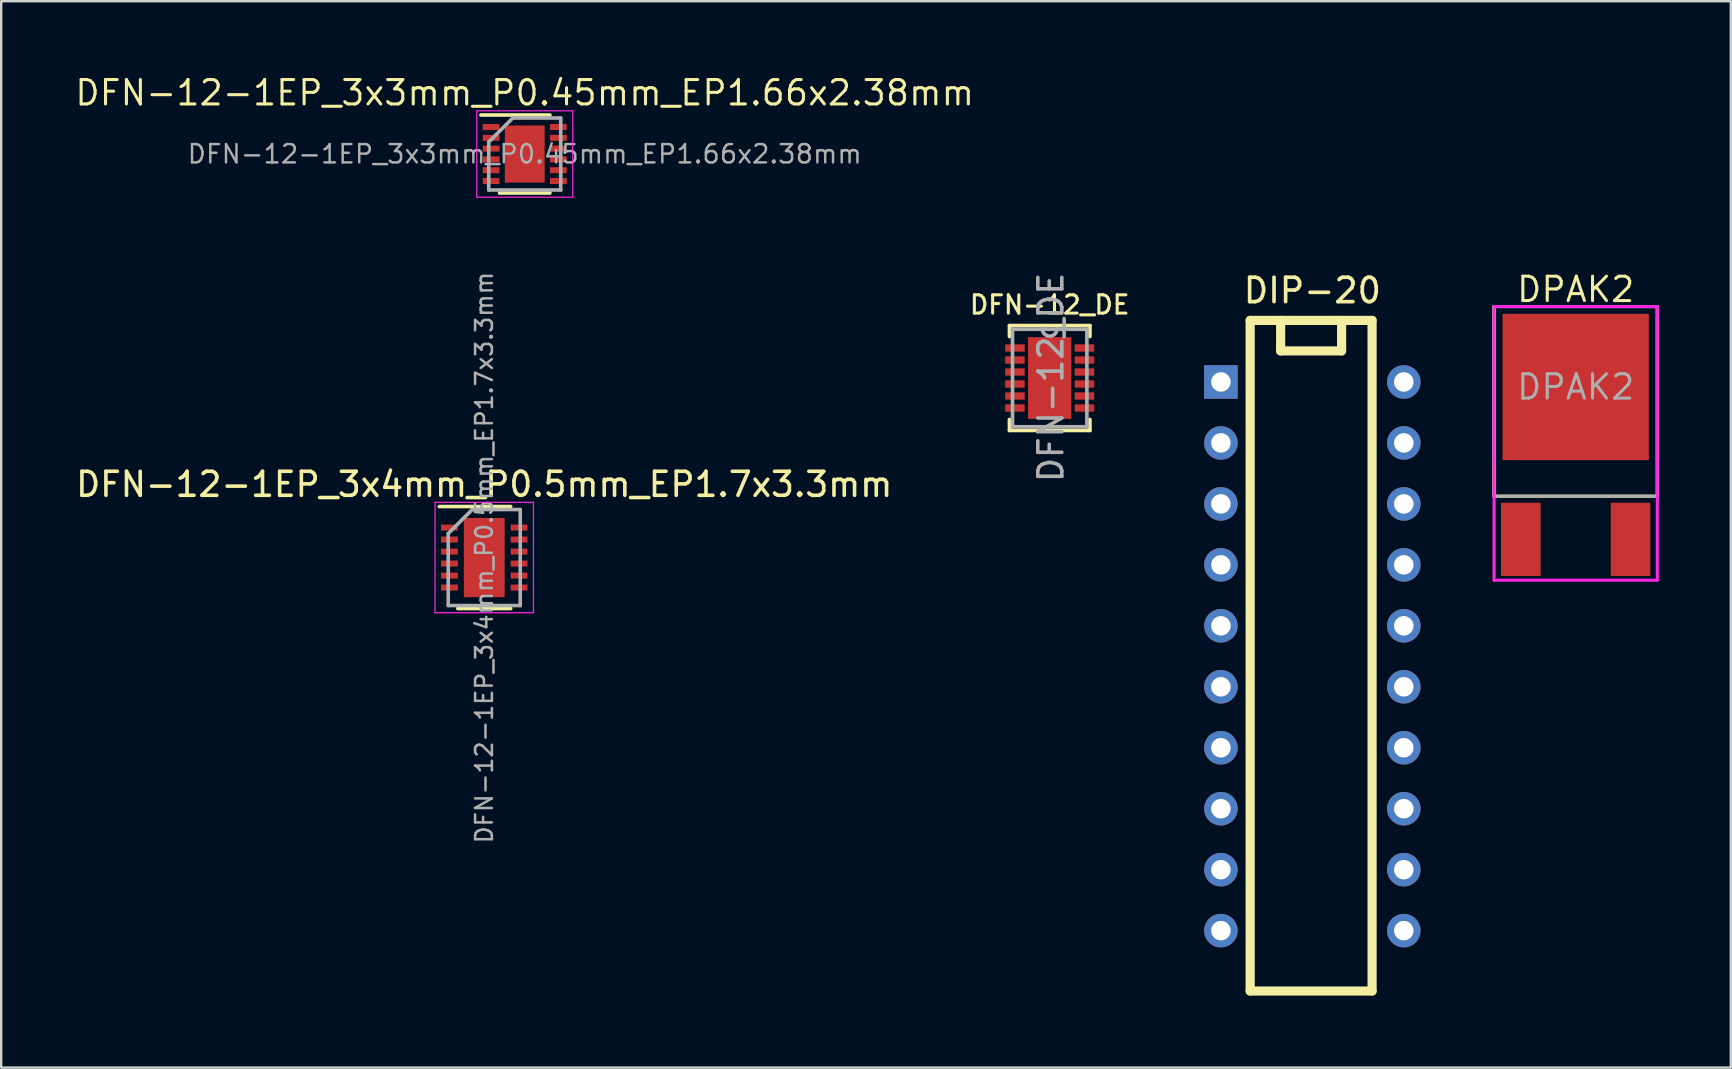
<source format=kicad_pcb>
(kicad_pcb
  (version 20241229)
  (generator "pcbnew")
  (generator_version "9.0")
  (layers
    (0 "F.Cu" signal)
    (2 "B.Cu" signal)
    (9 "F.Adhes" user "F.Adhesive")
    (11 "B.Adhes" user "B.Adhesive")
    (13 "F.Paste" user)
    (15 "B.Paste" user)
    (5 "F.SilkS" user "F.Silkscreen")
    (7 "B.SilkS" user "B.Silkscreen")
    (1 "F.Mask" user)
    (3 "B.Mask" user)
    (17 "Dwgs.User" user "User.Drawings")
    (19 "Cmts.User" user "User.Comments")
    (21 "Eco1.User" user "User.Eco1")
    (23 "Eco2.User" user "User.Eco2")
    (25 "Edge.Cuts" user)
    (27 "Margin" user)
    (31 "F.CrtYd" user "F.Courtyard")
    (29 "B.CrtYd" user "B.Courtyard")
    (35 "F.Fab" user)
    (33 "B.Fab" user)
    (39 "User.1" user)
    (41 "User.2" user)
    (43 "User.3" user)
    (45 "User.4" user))
  (footprint "DFN-12-1EP_3x3mm_P0.45mm_EP1.66x2.38mm"
    (layer "F.Cu")
    (at 18.812 3.367)
    (property "Reference" "DFN-12-1EP_3x3mm_P0.45mm_EP1.66x2.38mm" (at 0 -2.55 0) (layer "F.SilkS") (effects (font (size 1.016 1.016) (thickness 0.127))))
    (attr smd)
    (fp_line (start -1.825 -1.625) (end 1.05 -1.625) (stroke (width 0.15) (type solid)) (layer "F.SilkS"))
    (fp_line (start -1.05 1.625) (end 1.05 1.625) (stroke (width 0.15) (type solid)) (layer "F.SilkS"))
    (fp_line (start -2 -1.8) (end -2 1.8) (stroke (width 0.05) (type solid)) (layer "F.CrtYd"))
    (fp_line (start -2 -1.8) (end 2 -1.8) (stroke (width 0.05) (type solid)) (layer "F.CrtYd"))
    (fp_line (start -2 1.8) (end 2 1.8) (stroke (width 0.05) (type solid)) (layer "F.CrtYd"))
    (fp_line (start 2 -1.8) (end 2 1.8) (stroke (width 0.05) (type solid)) (layer "F.CrtYd"))
    (fp_line (start -1.5 -0.5) (end -0.5 -1.5) (stroke (width 0.15) (type solid)) (layer "F.Fab"))
    (fp_line (start -1.5 1.5) (end -1.5 -0.5) (stroke (width 0.15) (type solid)) (layer "F.Fab"))
    (fp_line (start -0.5 -1.5) (end 1.5 -1.5) (stroke (width 0.15) (type solid)) (layer "F.Fab"))
    (fp_line (start 1.5 -1.5) (end 1.5 1.5) (stroke (width 0.15) (type solid)) (layer "F.Fab"))
    (fp_line (start 1.5 1.5) (end -1.5 1.5) (stroke (width 0.15) (type solid)) (layer "F.Fab"))
    (fp_text user "${REFERENCE}" (at 0 0 0) (layer "F.Fab") (effects (font (size 0.762 0.762) (thickness 0.102))))
    (pad "" smd rect (at -0.415 -0.595) (size 0.64 1) (layers "F.Paste"))
    (pad "" smd rect (at -0.415 0.595) (size 0.64 1) (layers "F.Paste"))
    (pad "" smd rect (at 0.415 -0.595) (size 0.64 1) (layers "F.Paste"))
    (pad "" smd rect (at 0.415 0.595) (size 0.64 1) (layers "F.Paste"))
    (pad "1" smd rect (at -1.4 -1.125) (size 0.7 0.25) (layers "F.Cu" "F.Mask" "F.Paste"))
    (pad "2" smd rect (at -1.4 -0.675) (size 0.7 0.25) (layers "F.Cu" "F.Mask" "F.Paste"))
    (pad "3" smd rect (at -1.4 -0.225) (size 0.7 0.25) (layers "F.Cu" "F.Mask" "F.Paste"))
    (pad "4" smd rect (at -1.4 0.225) (size 0.7 0.25) (layers "F.Cu" "F.Mask" "F.Paste"))
    (pad "5" smd rect (at -1.4 0.675) (size 0.7 0.25) (layers "F.Cu" "F.Mask" "F.Paste"))
    (pad "6" smd rect (at -1.4 1.125) (size 0.7 0.25) (layers "F.Cu" "F.Mask" "F.Paste"))
    (pad "7" smd rect (at 1.4 1.125) (size 0.7 0.25) (layers "F.Cu" "F.Mask" "F.Paste"))
    (pad "8" smd rect (at 1.4 0.675) (size 0.7 0.25) (layers "F.Cu" "F.Mask" "F.Paste"))
    (pad "9" smd rect (at 1.4 0.225) (size 0.7 0.25) (layers "F.Cu" "F.Mask" "F.Paste"))
    (pad "10" smd rect (at 1.4 -0.225) (size 0.7 0.25) (layers "F.Cu" "F.Mask" "F.Paste"))
    (pad "11" smd rect (at 1.4 -0.675) (size 0.7 0.25) (layers "F.Cu" "F.Mask" "F.Paste"))
    (pad "12" smd rect (at 1.4 -1.125) (size 0.7 0.25) (layers "F.Cu" "F.Mask" "F.Paste"))
    (pad "13" smd rect (at 0 0) (size 1.66 2.38) (layers "F.Cu" "F.Mask")))
  (footprint "DFN-12_DE"
    (layer "F.Cu")
    (at 40.684 12.699)
    (property "Reference" "DFN-12_DE" (at 0 -3.05 0) (layer "F.SilkS") (effects (font (size 0.762 0.762) (thickness 0.127))))
    (attr through_hole)
    (fp_line (start -1.676 -2.184) (end -1.676 -1.727) (stroke (width 0.152) (type solid)) (layer "F.SilkS"))
    (fp_line (start -1.676 1.727) (end -1.676 2.184) (stroke (width 0.152) (type solid)) (layer "F.SilkS"))
    (fp_line (start -1.676 2.184) (end 1.676 2.184) (stroke (width 0.152) (type solid)) (layer "F.SilkS"))
    (fp_line (start 1.676 -2.184) (end -1.676 -2.184) (stroke (width 0.152) (type solid)) (layer "F.SilkS"))
    (fp_line (start 1.676 -1.727) (end 1.676 -2.184) (stroke (width 0.152) (type solid)) (layer "F.SilkS"))
    (fp_line (start 1.676 2.184) (end 1.676 1.727) (stroke (width 0.152) (type solid)) (layer "F.SilkS"))
    (fp_poly (pts (xy -0.802 -1.602) (xy -0.802 -0.1) (xy 0.802 -0.1) (xy 0.802 -1.602)) (stroke (width 0.025) (type solid)) (fill yes) (layer "F.Paste"))
    (fp_poly (pts (xy -0.802 0.1) (xy -0.802 1.602) (xy 0.802 1.602) (xy 0.802 0.1)) (stroke (width 0.025) (type solid)) (fill yes) (layer "F.Paste"))
    (fp_line (start -1.549 -2.032) (end -1.549 2.032) (stroke (width 0.152) (type solid)) (layer "F.Fab"))
    (fp_line (start -1.549 2.032) (end 1.549 2.032) (stroke (width 0.152) (type solid)) (layer "F.Fab"))
    (fp_line (start -0.305 -2.032) (end -1.549 -2.032) (stroke (width 0.152) (type solid)) (layer "F.Fab"))
    (fp_line (start 1.549 -2.032) (end -0.305 -2.032) (stroke (width 0.152) (type solid)) (layer "F.Fab"))
    (fp_line (start 1.549 2.032) (end 1.549 -2.032) (stroke (width 0.152) (type solid)) (layer "F.Fab"))
    (fp_arc (start 0.3048 -2.0574) (mid 0.0127 -1.7399) (end -0.3048 -2.032) (stroke (width 0.1524) (type solid)) (layer "F.Fab"))
    (fp_text user "${REFERENCE}" (at 0.05 -0.025 90) (layer "F.Fab") (effects (font (size 1 1) (thickness 0.15))))
    (pad "1" smd rect (at -1.448 -1.25) (size 0.813 0.305) (layers "F.Cu" "F.Mask" "F.Paste"))
    (pad "2" smd rect (at -1.448 -0.75) (size 0.813 0.305) (layers "F.Cu" "F.Mask" "F.Paste"))
    (pad "3" smd rect (at -1.448 -0.25) (size 0.813 0.305) (layers "F.Cu" "F.Mask" "F.Paste"))
    (pad "4" smd rect (at -1.448 0.25) (size 0.813 0.305) (layers "F.Cu" "F.Mask" "F.Paste"))
    (pad "5" smd rect (at -1.448 0.75) (size 0.813 0.305) (layers "F.Cu" "F.Mask" "F.Paste"))
    (pad "6" smd rect (at -1.448 1.25) (size 0.813 0.305) (layers "F.Cu" "F.Mask" "F.Paste"))
    (pad "7" smd rect (at 1.448 1.25) (size 0.813 0.305) (layers "F.Cu" "F.Mask" "F.Paste"))
    (pad "8" smd rect (at 1.448 0.75) (size 0.813 0.305) (layers "F.Cu" "F.Mask" "F.Paste"))
    (pad "9" smd rect (at 1.448 0.25) (size 0.813 0.305) (layers "F.Cu" "F.Mask" "F.Paste"))
    (pad "10" smd rect (at 1.448 -0.25) (size 0.813 0.305) (layers "F.Cu" "F.Mask" "F.Paste"))
    (pad "11" smd rect (at 1.448 -0.75) (size 0.813 0.305) (layers "F.Cu" "F.Mask" "F.Paste"))
    (pad "12" smd rect (at 1.448 -1.25) (size 0.813 0.305) (layers "F.Cu" "F.Mask" "F.Paste"))
    (pad "13" smd rect (at 0 0) (size 1.803 3.404) (layers "F.Cu" "F.Mask")))
  (footprint "DPAK2"
    (layer "F.Cu")
    (at 62.599 19.423)
    (property "Reference" "DPAK2" (at 0 -10.414 0) (layer "F.SilkS") (effects (font (size 1.016 1.016) (thickness 0.127))))
    (attr smd)
    (fp_line (start -3.4 -9.7) (end 3.4 -9.7) (stroke (width 0.127) (type solid)) (layer "F.SilkS"))
    (fp_line (start -3.4 -1.8) (end -3.4 -9.7) (stroke (width 0.127) (type solid)) (layer "F.SilkS"))
    (fp_line (start -3.4 -1.8) (end -3.4 -9.7) (stroke (width 0.127) (type solid)) (layer "F.SilkS"))
    (fp_line (start 3.4 -9.7) (end 3.4 -1.8) (stroke (width 0.127) (type solid)) (layer "F.SilkS"))
    (fp_line (start 3.4 -1.8) (end -3.4 -1.8) (stroke (width 0.127) (type solid)) (layer "F.SilkS"))
    (fp_line (start -3.4 -9.7) (end 3.4 -9.7) (stroke (width 0.127) (type solid)) (layer "F.CrtYd"))
    (fp_line (start -3.4 1.7) (end -3.4 -9.7) (stroke (width 0.127) (type solid)) (layer "F.CrtYd"))
    (fp_line (start -3.4 1.7) (end 3.4 1.7) (stroke (width 0.127) (type solid)) (layer "F.CrtYd"))
    (fp_line (start 3.4 -9.7) (end 3.4 1.7) (stroke (width 0.127) (type solid)) (layer "F.CrtYd"))
    (fp_line (start -3.4 -9.7) (end -3.4 -1.8) (stroke (width 0.127) (type solid)) (layer "F.Fab"))
    (fp_line (start -3.4 -1.8) (end 3.4 -1.8) (stroke (width 0.127) (type solid)) (layer "F.Fab"))
    (fp_line (start 3.4 -9.7) (end -3.4 -9.7) (stroke (width 0.127) (type solid)) (layer "F.Fab"))
    (fp_line (start 3.4 -1.8) (end 3.4 -9.7) (stroke (width 0.127) (type solid)) (layer "F.Fab"))
    (fp_text user "${REFERENCE}" (at 0 -6.35 0) (layer "F.Fab") (effects (font (size 1.016 1.016) (thickness 0.127))))
    (pad "1" smd rect (at -2.286 0) (size 1.651 3.048) (layers "F.Cu" "F.Mask" "F.Paste"))
    (pad "2" smd rect (at 0 -6.35) (size 6.096 6.096) (layers "F.Cu" "F.Mask" "F.Paste"))
    (pad "3" smd rect (at 2.286 0) (size 1.651 3.048) (layers "F.Cu" "F.Mask" "F.Paste")))
  (footprint "DFN-12-1EP_3x4mm_P0.5mm_EP1.7x3.3mm"
    (layer "F.Cu")
    (at 17.125 20.18)
    (property "Reference" "DFN-12-1EP_3x4mm_P0.5mm_EP1.7x3.3mm" (at 0 -3.05 0) (layer "F.SilkS") (effects (font (size 1 1) (thickness 0.15))))
    (attr smd)
    (fp_line (start -1.875 -2.125) (end 1.1 -2.125) (stroke (width 0.15) (type solid)) (layer "F.SilkS"))
    (fp_line (start -1.1 2.125) (end 1.1 2.125) (stroke (width 0.15) (type solid)) (layer "F.SilkS"))
    (fp_line (start -2.05 -2.3) (end -2.05 2.3) (stroke (width 0.05) (type solid)) (layer "F.CrtYd"))
    (fp_line (start -2.05 -2.3) (end 2.05 -2.3) (stroke (width 0.05) (type solid)) (layer "F.CrtYd"))
    (fp_line (start -2.05 2.3) (end 2.05 2.3) (stroke (width 0.05) (type solid)) (layer "F.CrtYd"))
    (fp_line (start 2.05 -2.3) (end 2.05 2.3) (stroke (width 0.05) (type solid)) (layer "F.CrtYd"))
    (fp_line (start -1.5 -1) (end -0.5 -2) (stroke (width 0.15) (type solid)) (layer "F.Fab"))
    (fp_line (start -1.5 2) (end -1.5 -1) (stroke (width 0.15) (type solid)) (layer "F.Fab"))
    (fp_line (start -0.5 -2) (end 1.5 -2) (stroke (width 0.15) (type solid)) (layer "F.Fab"))
    (fp_line (start 1.5 -2) (end 1.5 2) (stroke (width 0.15) (type solid)) (layer "F.Fab"))
    (fp_line (start 1.5 2) (end -1.5 2) (stroke (width 0.15) (type solid)) (layer "F.Fab"))
    (fp_text user "${REFERENCE}" (at 0 0 90) (layer "F.Fab") (effects (font (size 0.7 0.7) (thickness 0.105))))
    (pad "" smd rect (at -0.425 -1.238) (size 0.685 0.67) (layers "F.Paste"))
    (pad "" smd rect (at -0.425 -0.412) (size 0.685 0.67) (layers "F.Paste"))
    (pad "" smd rect (at -0.425 0.412) (size 0.685 0.67) (layers "F.Paste"))
    (pad "" smd rect (at -0.425 1.238) (size 0.685 0.67) (layers "F.Paste"))
    (pad "" smd rect (at 0.425 -1.238) (size 0.685 0.67) (layers "F.Paste"))
    (pad "" smd rect (at 0.425 -0.412) (size 0.685 0.67) (layers "F.Paste"))
    (pad "" smd rect (at 0.425 0.412) (size 0.685 0.67) (layers "F.Paste"))
    (pad "" smd rect (at 0.425 1.238) (size 0.685 0.67) (layers "F.Paste"))
    (pad "1" smd rect (at -1.45 -1.25) (size 0.7 0.25) (layers "F.Cu" "F.Mask" "F.Paste"))
    (pad "2" smd rect (at -1.45 -0.75) (size 0.7 0.25) (layers "F.Cu" "F.Mask" "F.Paste"))
    (pad "3" smd rect (at -1.45 -0.25) (size 0.7 0.25) (layers "F.Cu" "F.Mask" "F.Paste"))
    (pad "4" smd rect (at -1.45 0.25) (size 0.7 0.25) (layers "F.Cu" "F.Mask" "F.Paste"))
    (pad "5" smd rect (at -1.45 0.75) (size 0.7 0.25) (layers "F.Cu" "F.Mask" "F.Paste"))
    (pad "6" smd rect (at -1.45 1.25) (size 0.7 0.25) (layers "F.Cu" "F.Mask" "F.Paste"))
    (pad "7" smd rect (at 1.45 1.25) (size 0.7 0.25) (layers "F.Cu" "F.Mask" "F.Paste"))
    (pad "8" smd rect (at 1.45 0.75) (size 0.7 0.25) (layers "F.Cu" "F.Mask" "F.Paste"))
    (pad "9" smd rect (at 1.45 0.25) (size 0.7 0.25) (layers "F.Cu" "F.Mask" "F.Paste"))
    (pad "10" smd rect (at 1.45 -0.25) (size 0.7 0.25) (layers "F.Cu" "F.Mask" "F.Paste"))
    (pad "11" smd rect (at 1.45 -0.75) (size 0.7 0.25) (layers "F.Cu" "F.Mask" "F.Paste"))
    (pad "12" smd rect (at 1.45 -1.25) (size 0.7 0.25) (layers "F.Cu" "F.Mask" "F.Paste"))
    (pad "13" smd rect (at 0 0) (size 1.7 3.3) (layers "F.Cu" "F.Mask")))
  (footprint "DIP-20"
    (layer "F.Cu")
    (at 51.627 24.294)
    (property "Reference" "DIP-20" (at 0 -15.24 0) (layer "F.SilkS") (effects (font (size 1.016 1.016) (thickness 0.152))))
    (attr through_hole)
    (fp_line (start -2.591 -13.995) (end 2.489 -13.995) (stroke (width 0.381) (type solid)) (layer "F.SilkS"))
    (fp_line (start -2.591 13.945) (end -2.591 -13.995) (stroke (width 0.381) (type solid)) (layer "F.SilkS"))
    (fp_line (start -1.321 -12.725) (end -1.321 -13.995) (stroke (width 0.381) (type solid)) (layer "F.SilkS"))
    (fp_line (start 1.219 -13.995) (end 1.219 -12.725) (stroke (width 0.381) (type solid)) (layer "F.SilkS"))
    (fp_line (start 1.219 -12.725) (end -1.321 -12.725) (stroke (width 0.381) (type solid)) (layer "F.SilkS"))
    (fp_line (start 2.489 -13.995) (end 2.489 13.945) (stroke (width 0.381) (type solid)) (layer "F.SilkS"))
    (fp_line (start 2.489 13.945) (end -2.591 13.945) (stroke (width 0.381) (type solid)) (layer "F.SilkS"))
    (pad "1" thru_hole rect (at -3.81 -11.43) (size 1.397 1.397) (drill 0.813) (layers "*.Cu" "*.Mask"))
    (pad "2" thru_hole circle (at -3.81 -8.89 270) (size 1.397 1.397) (drill 0.813) (layers "*.Cu" "*.Mask"))
    (pad "3" thru_hole circle (at -3.81 -6.35 270) (size 1.397 1.397) (drill 0.813) (layers "*.Cu" "*.Mask"))
    (pad "4" thru_hole circle (at -3.81 -3.81 270) (size 1.397 1.397) (drill 0.813) (layers "*.Cu" "*.Mask"))
    (pad "5" thru_hole circle (at -3.81 -1.27 270) (size 1.397 1.397) (drill 0.813) (layers "*.Cu" "*.Mask"))
    (pad "6" thru_hole circle (at -3.81 1.27 270) (size 1.397 1.397) (drill 0.813) (layers "*.Cu" "*.Mask"))
    (pad "7" thru_hole circle (at -3.81 3.81 270) (size 1.397 1.397) (drill 0.813) (layers "*.Cu" "*.Mask"))
    (pad "8" thru_hole circle (at -3.81 6.35 270) (size 1.397 1.397) (drill 0.813) (layers "*.Cu" "*.Mask"))
    (pad "9" thru_hole circle (at -3.81 8.89 270) (size 1.397 1.397) (drill 0.813) (layers "*.Cu" "*.Mask"))
    (pad "10" thru_hole circle (at -3.81 11.43 270) (size 1.397 1.397) (drill 0.813) (layers "*.Cu" "*.Mask"))
    (pad "11" thru_hole circle (at 3.81 11.43 270) (size 1.397 1.397) (drill 0.813) (layers "*.Cu" "*.Mask"))
    (pad "12" thru_hole circle (at 3.81 8.89 270) (size 1.397 1.397) (drill 0.813) (layers "*.Cu" "*.Mask"))
    (pad "13" thru_hole circle (at 3.81 6.35 270) (size 1.397 1.397) (drill 0.813) (layers "*.Cu" "*.Mask"))
    (pad "14" thru_hole circle (at 3.81 3.81 270) (size 1.397 1.397) (drill 0.813) (layers "*.Cu" "*.Mask"))
    (pad "15" thru_hole circle (at 3.81 1.27 270) (size 1.397 1.397) (drill 0.813) (layers "*.Cu" "*.Mask"))
    (pad "16" thru_hole circle (at 3.81 -1.27 270) (size 1.397 1.397) (drill 0.813) (layers "*.Cu" "*.Mask"))
    (pad "17" thru_hole circle (at 3.81 -3.81 270) (size 1.397 1.397) (drill 0.813) (layers "*.Cu" "*.Mask"))
    (pad "18" thru_hole circle (at 3.81 -6.35 270) (size 1.397 1.397) (drill 0.813) (layers "*.Cu" "*.Mask"))
    (pad "19" thru_hole circle (at 3.81 -8.89 270) (size 1.397 1.397) (drill 0.813) (layers "*.Cu" "*.Mask"))
    (pad "20" thru_hole circle (at 3.81 -11.43 270) (size 1.397 1.397) (drill 0.813) (layers "*.Cu" "*.Mask")))
  (gr_rect
    (start -3 -3)
    (end 69.063 41.429)
    (stroke (width 0.1) (type default))
    (fill no)
    (layer "Edge.Cuts")))
</source>
